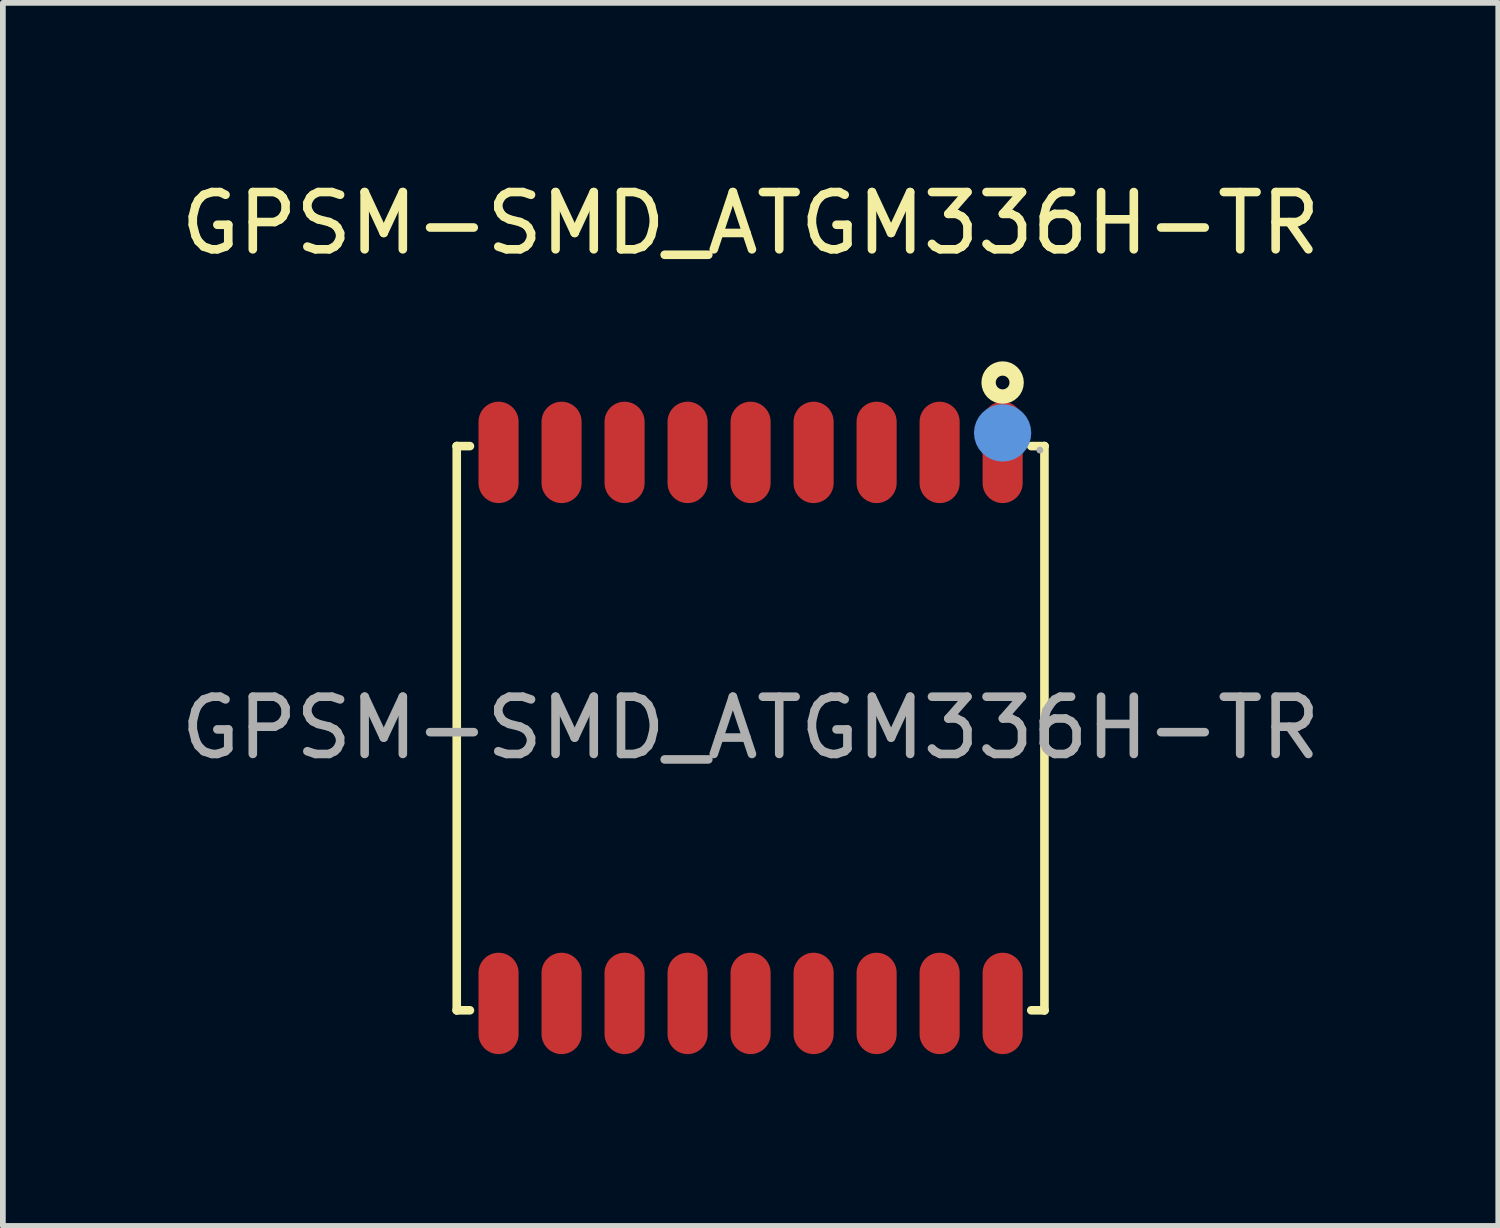
<source format=kicad_pcb>
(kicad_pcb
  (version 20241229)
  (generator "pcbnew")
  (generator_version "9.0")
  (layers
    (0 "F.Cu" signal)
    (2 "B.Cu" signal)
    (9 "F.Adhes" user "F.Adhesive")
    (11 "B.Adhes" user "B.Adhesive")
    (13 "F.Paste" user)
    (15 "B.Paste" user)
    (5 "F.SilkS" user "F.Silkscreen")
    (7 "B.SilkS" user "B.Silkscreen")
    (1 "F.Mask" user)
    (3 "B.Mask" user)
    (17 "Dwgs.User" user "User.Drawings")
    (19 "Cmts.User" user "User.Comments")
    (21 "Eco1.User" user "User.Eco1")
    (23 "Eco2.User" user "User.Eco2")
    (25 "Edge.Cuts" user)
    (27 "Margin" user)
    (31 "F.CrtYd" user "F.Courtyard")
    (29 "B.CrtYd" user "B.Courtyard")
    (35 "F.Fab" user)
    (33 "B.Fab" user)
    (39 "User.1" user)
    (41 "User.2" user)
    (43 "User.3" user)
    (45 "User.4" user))
  (footprint "GPSM-SMD_ATGM336H-TR"
    (layer "F.Cu")
    (at 10.054 9.658)
    (property "Reference" "GPSM-SMD_ATGM336H-TR" (at 0 -8.81 0) (layer "F.SilkS") (effects (font (size 1 1) (thickness 0.15))))
    (attr through_hole)
    (fp_line (start -5.13 -4.92) (end -5.13 -4.92) (stroke (width 0.15) (type solid)) (layer "F.SilkS"))
    (fp_line (start -5.13 -4.92) (end -5.13 4.93) (stroke (width 0.15) (type solid)) (layer "F.SilkS"))
    (fp_line (start -5.13 4.93) (end -5.13 4.93) (stroke (width 0.15) (type solid)) (layer "F.SilkS"))
    (fp_line (start -5.13 4.93) (end -4.9 4.93) (stroke (width 0.15) (type solid)) (layer "F.SilkS"))
    (fp_line (start -4.9 -4.92) (end -5.13 -4.92) (stroke (width 0.15) (type solid)) (layer "F.SilkS"))
    (fp_line (start 4.9 -4.92) (end 5.13 -4.92) (stroke (width 0.15) (type solid)) (layer "F.SilkS"))
    (fp_line (start 5.13 -4.92) (end 5.13 -4.92) (stroke (width 0.15) (type solid)) (layer "F.SilkS"))
    (fp_line (start 5.13 -4.92) (end 5.13 4.93) (stroke (width 0.15) (type solid)) (layer "F.SilkS"))
    (fp_line (start 5.13 4.93) (end 4.9 4.93) (stroke (width 0.15) (type solid)) (layer "F.SilkS"))
    (fp_line (start 5.13 4.93) (end 5.13 4.93) (stroke (width 0.15) (type solid)) (layer "F.SilkS"))
    (fp_circle (center 4.4 -6.03) (end 4.52 -6.03) (stroke (width 0.25) (type solid)) (fill no) (layer "F.SilkS"))
    (fp_circle (center 4.4 -5.15) (end 4.65 -5.15) (stroke (width 0.5) (type solid)) (fill no) (layer "Cmts.User"))
    (fp_circle (center 5.05 -4.85) (end 5.08 -4.85) (stroke (width 0.06) (type solid)) (fill no) (layer "F.Fab"))
    (fp_text user "${REFERENCE}" (at 0 0 0) (layer "F.Fab") (effects (font (size 1 1) (thickness 0.15))))
    (pad "1" smd oval (at 4.4 -4.81 180) (size 0.7 1.77) (layers "F.Cu" "F.Mask" "F.Paste"))
    (pad "2" smd oval (at 3.3 -4.81 180) (size 0.7 1.77) (layers "F.Cu" "F.Mask" "F.Paste"))
    (pad "3" smd oval (at 2.2 -4.81 180) (size 0.7 1.77) (layers "F.Cu" "F.Mask" "F.Paste"))
    (pad "4" smd oval (at 1.1 -4.81 180) (size 0.7 1.77) (layers "F.Cu" "F.Mask" "F.Paste"))
    (pad "5" smd oval (at 0 -4.81 180) (size 0.7 1.77) (layers "F.Cu" "F.Mask" "F.Paste"))
    (pad "6" smd oval (at -1.1 -4.81 180) (size 0.7 1.77) (layers "F.Cu" "F.Mask" "F.Paste"))
    (pad "7" smd oval (at -2.2 -4.81 180) (size 0.7 1.77) (layers "F.Cu" "F.Mask" "F.Paste"))
    (pad "8" smd oval (at -3.3 -4.81 180) (size 0.7 1.77) (layers "F.Cu" "F.Mask" "F.Paste"))
    (pad "9" smd oval (at -4.4 -4.81 180) (size 0.7 1.77) (layers "F.Cu" "F.Mask" "F.Paste"))
    (pad "10" smd oval (at -4.4 4.81 180) (size 0.7 1.77) (layers "F.Cu" "F.Mask" "F.Paste"))
    (pad "11" smd oval (at -3.3 4.81 180) (size 0.7 1.77) (layers "F.Cu" "F.Mask" "F.Paste"))
    (pad "12" smd oval (at -2.2 4.81 180) (size 0.7 1.77) (layers "F.Cu" "F.Mask" "F.Paste"))
    (pad "13" smd oval (at -1.1 4.81 180) (size 0.7 1.77) (layers "F.Cu" "F.Mask" "F.Paste"))
    (pad "14" smd oval (at 0 4.81 180) (size 0.7 1.77) (layers "F.Cu" "F.Mask" "F.Paste"))
    (pad "15" smd oval (at 1.1 4.81 180) (size 0.7 1.77) (layers "F.Cu" "F.Mask" "F.Paste"))
    (pad "16" smd oval (at 2.2 4.81 180) (size 0.7 1.77) (layers "F.Cu" "F.Mask" "F.Paste"))
    (pad "17" smd oval (at 3.3 4.81 180) (size 0.7 1.77) (layers "F.Cu" "F.Mask" "F.Paste"))
    (pad "18" smd oval (at 4.4 4.81 180) (size 0.7 1.77) (layers "F.Cu" "F.Mask" "F.Paste")))
  (gr_rect
    (start -3 -3)
    (end 23.107 18.353)
    (stroke (width 0.1) (type default))
    (fill no)
    (layer "Edge.Cuts")))
</source>
